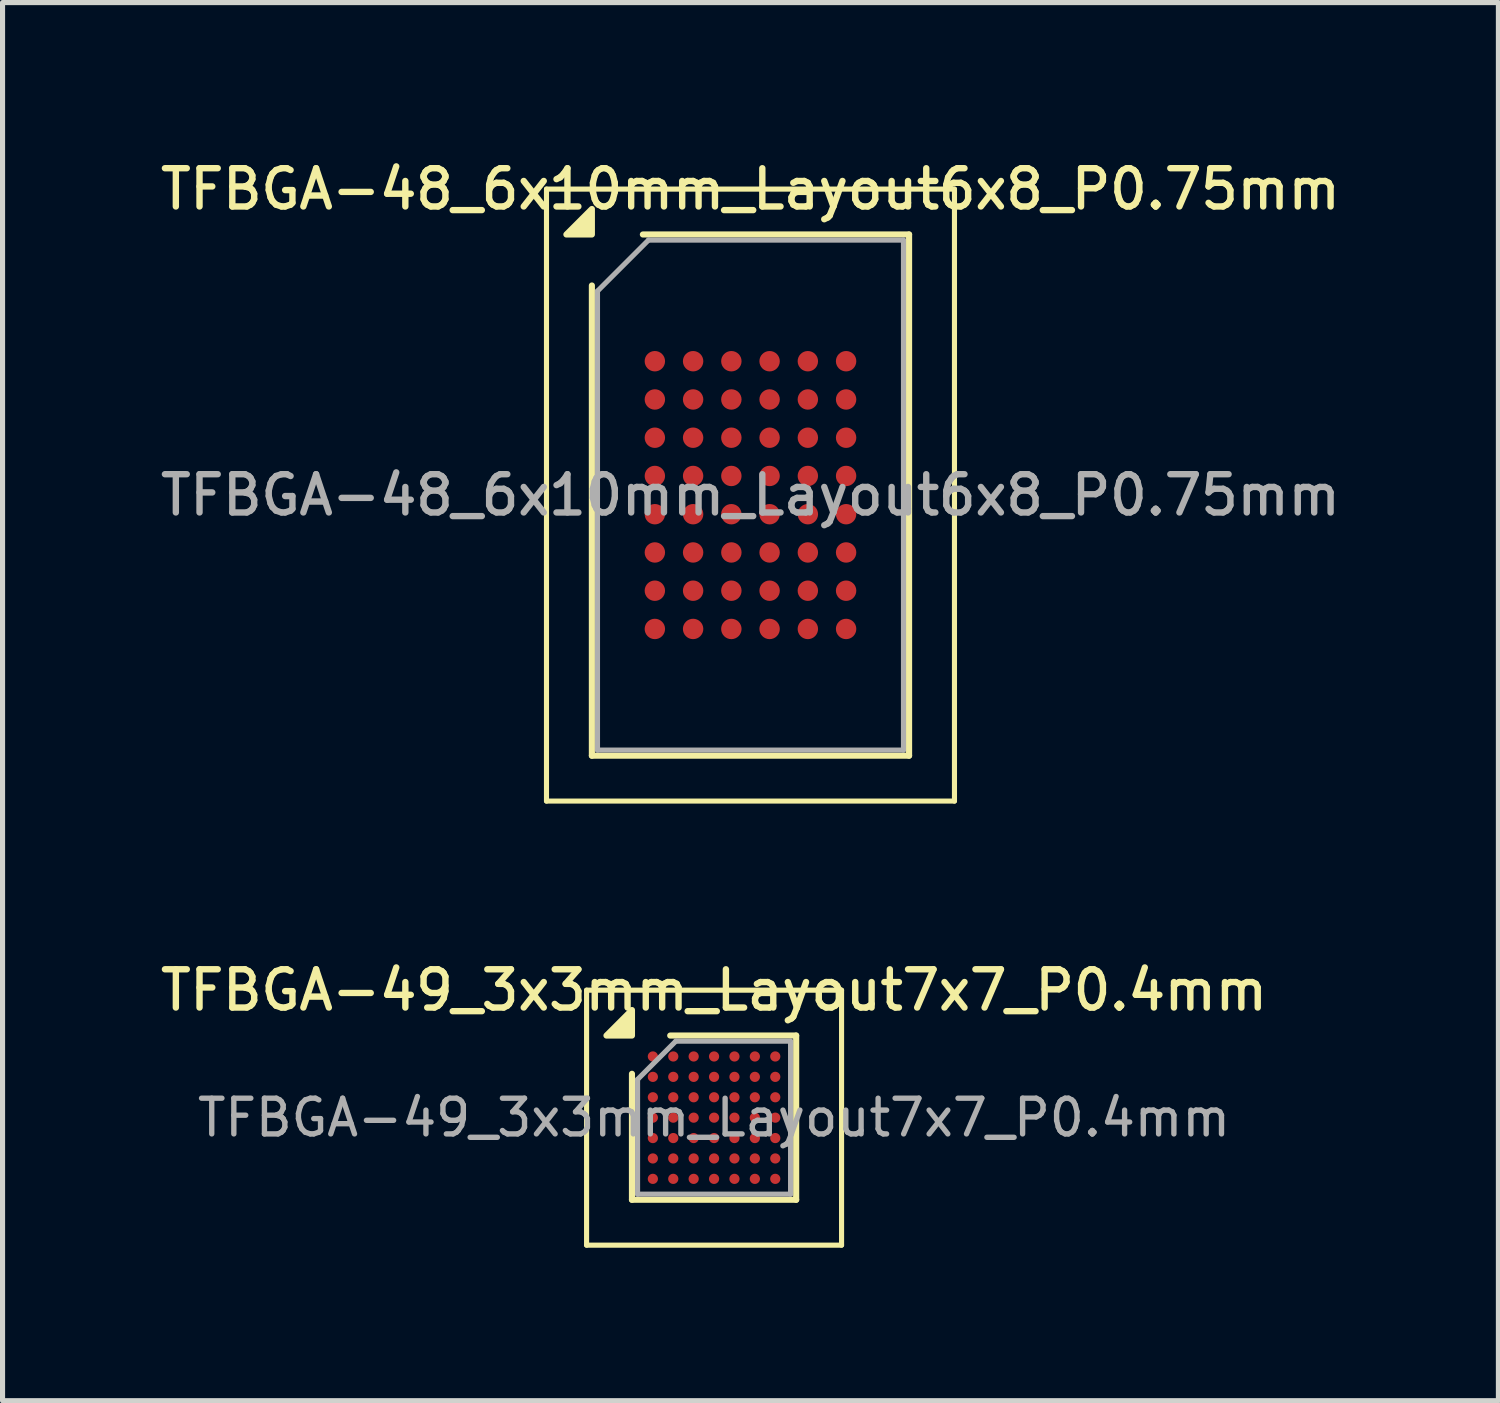
<source format=kicad_pcb>
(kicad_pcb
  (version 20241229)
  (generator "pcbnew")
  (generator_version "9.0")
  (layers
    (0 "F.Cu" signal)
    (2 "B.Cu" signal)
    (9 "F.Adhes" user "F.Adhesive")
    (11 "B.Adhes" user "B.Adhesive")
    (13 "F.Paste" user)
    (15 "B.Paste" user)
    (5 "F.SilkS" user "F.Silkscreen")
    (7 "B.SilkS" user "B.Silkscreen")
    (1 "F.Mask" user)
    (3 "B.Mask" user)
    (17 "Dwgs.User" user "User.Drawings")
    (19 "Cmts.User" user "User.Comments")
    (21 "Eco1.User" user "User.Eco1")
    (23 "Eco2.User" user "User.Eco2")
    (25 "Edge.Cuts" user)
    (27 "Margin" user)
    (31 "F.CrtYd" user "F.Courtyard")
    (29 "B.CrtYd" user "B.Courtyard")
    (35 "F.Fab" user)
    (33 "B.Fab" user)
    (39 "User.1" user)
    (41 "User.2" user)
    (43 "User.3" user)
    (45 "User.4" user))
  (footprint "TFBGA-49_3x3mm_Layout7x7_P0.4mm"
    (layer "F.Cu")
    (at 10.952 18.866)
    (property "Reference" "TFBGA-49_3x3mm_Layout7x7_P0.4mm" (at 0 -2.5 0) (layer "F.SilkS") (effects (font (size 0.75 0.75) (thickness 0.125))))
    (attr smd)
    (fp_line (start -2.5 -2.5) (end -2.5 2.5) (stroke (width 0.1) (type solid)) (layer "F.SilkS"))
    (fp_line (start -2.5 2.5) (end 2.5 2.5) (stroke (width 0.1) (type solid)) (layer "F.SilkS"))
    (fp_line (start -1.61 1.61) (end -1.61 -0.86) (stroke (width 0.12) (type solid)) (layer "F.SilkS"))
    (fp_line (start -0.86 -1.61) (end 1.61 -1.61) (stroke (width 0.12) (type solid)) (layer "F.SilkS"))
    (fp_line (start 1.61 -1.61) (end 1.61 1.61) (stroke (width 0.12) (type solid)) (layer "F.SilkS"))
    (fp_line (start 1.61 1.61) (end -1.61 1.61) (stroke (width 0.12) (type solid)) (layer "F.SilkS"))
    (fp_line (start 2.5 -2.5) (end -2.5 -2.5) (stroke (width 0.1) (type solid)) (layer "F.SilkS"))
    (fp_line (start 2.5 2.5) (end 2.5 -2.5) (stroke (width 0.1) (type solid)) (layer "F.SilkS"))
    (fp_poly (pts (xy -1.61 -1.61) (xy -2.11 -1.61) (xy -1.61 -2.11) (xy -1.61 -1.61)) (stroke (width 0.12) (type solid)) (fill yes) (layer "F.SilkS"))
    (fp_line (start -1.5 -0.75) (end -0.75 -1.5) (stroke (width 0.1) (type solid)) (layer "F.Fab"))
    (fp_line (start -1.5 1.5) (end -1.5 -0.75) (stroke (width 0.1) (type solid)) (layer "F.Fab"))
    (fp_line (start -0.75 -1.5) (end 1.5 -1.5) (stroke (width 0.1) (type solid)) (layer "F.Fab"))
    (fp_line (start 1.5 -1.5) (end 1.5 1.5) (stroke (width 0.1) (type solid)) (layer "F.Fab"))
    (fp_line (start 1.5 1.5) (end -1.5 1.5) (stroke (width 0.1) (type solid)) (layer "F.Fab"))
    (fp_text user "${REFERENCE}" (at 0 0 0) (layer "F.Fab") (effects (font (size 0.7 0.7) (thickness 0.105))))
    (pad "A1" smd circle (at -1.2 -1.2) (size 0.2 0.2) (property pad_prop_bga) (layers "F.Cu" "F.Mask" "F.Paste"))
    (pad "A2" smd circle (at -0.8 -1.2) (size 0.2 0.2) (property pad_prop_bga) (layers "F.Cu" "F.Mask" "F.Paste"))
    (pad "A3" smd circle (at -0.4 -1.2) (size 0.2 0.2) (property pad_prop_bga) (layers "F.Cu" "F.Mask" "F.Paste"))
    (pad "A4" smd circle (at 0 -1.2) (size 0.2 0.2) (property pad_prop_bga) (layers "F.Cu" "F.Mask" "F.Paste"))
    (pad "A5" smd circle (at 0.4 -1.2) (size 0.2 0.2) (property pad_prop_bga) (layers "F.Cu" "F.Mask" "F.Paste"))
    (pad "A6" smd circle (at 0.8 -1.2) (size 0.2 0.2) (property pad_prop_bga) (layers "F.Cu" "F.Mask" "F.Paste"))
    (pad "A7" smd circle (at 1.2 -1.2) (size 0.2 0.2) (property pad_prop_bga) (layers "F.Cu" "F.Mask" "F.Paste"))
    (pad "B1" smd circle (at -1.2 -0.8) (size 0.2 0.2) (property pad_prop_bga) (layers "F.Cu" "F.Mask" "F.Paste"))
    (pad "B2" smd circle (at -0.8 -0.8) (size 0.2 0.2) (property pad_prop_bga) (layers "F.Cu" "F.Mask" "F.Paste"))
    (pad "B3" smd circle (at -0.4 -0.8) (size 0.2 0.2) (property pad_prop_bga) (layers "F.Cu" "F.Mask" "F.Paste"))
    (pad "B4" smd circle (at 0 -0.8) (size 0.2 0.2) (property pad_prop_bga) (layers "F.Cu" "F.Mask" "F.Paste"))
    (pad "B5" smd circle (at 0.4 -0.8) (size 0.2 0.2) (property pad_prop_bga) (layers "F.Cu" "F.Mask" "F.Paste"))
    (pad "B6" smd circle (at 0.8 -0.8) (size 0.2 0.2) (property pad_prop_bga) (layers "F.Cu" "F.Mask" "F.Paste"))
    (pad "B7" smd circle (at 1.2 -0.8) (size 0.2 0.2) (property pad_prop_bga) (layers "F.Cu" "F.Mask" "F.Paste"))
    (pad "C1" smd circle (at -1.2 -0.4) (size 0.2 0.2) (property pad_prop_bga) (layers "F.Cu" "F.Mask" "F.Paste"))
    (pad "C2" smd circle (at -0.8 -0.4) (size 0.2 0.2) (property pad_prop_bga) (layers "F.Cu" "F.Mask" "F.Paste"))
    (pad "C3" smd circle (at -0.4 -0.4) (size 0.2 0.2) (property pad_prop_bga) (layers "F.Cu" "F.Mask" "F.Paste"))
    (pad "C4" smd circle (at 0 -0.4) (size 0.2 0.2) (property pad_prop_bga) (layers "F.Cu" "F.Mask" "F.Paste"))
    (pad "C5" smd circle (at 0.4 -0.4) (size 0.2 0.2) (property pad_prop_bga) (layers "F.Cu" "F.Mask" "F.Paste"))
    (pad "C6" smd circle (at 0.8 -0.4) (size 0.2 0.2) (property pad_prop_bga) (layers "F.Cu" "F.Mask" "F.Paste"))
    (pad "C7" smd circle (at 1.2 -0.4) (size 0.2 0.2) (property pad_prop_bga) (layers "F.Cu" "F.Mask" "F.Paste"))
    (pad "D1" smd circle (at -1.2 0) (size 0.2 0.2) (property pad_prop_bga) (layers "F.Cu" "F.Mask" "F.Paste"))
    (pad "D2" smd circle (at -0.8 0) (size 0.2 0.2) (property pad_prop_bga) (layers "F.Cu" "F.Mask" "F.Paste"))
    (pad "D3" smd circle (at -0.4 0) (size 0.2 0.2) (property pad_prop_bga) (layers "F.Cu" "F.Mask" "F.Paste"))
    (pad "D4" smd circle (at 0 0) (size 0.2 0.2) (property pad_prop_bga) (layers "F.Cu" "F.Mask" "F.Paste"))
    (pad "D5" smd circle (at 0.4 0) (size 0.2 0.2) (property pad_prop_bga) (layers "F.Cu" "F.Mask" "F.Paste"))
    (pad "D6" smd circle (at 0.8 0) (size 0.2 0.2) (property pad_prop_bga) (layers "F.Cu" "F.Mask" "F.Paste"))
    (pad "D7" smd circle (at 1.2 0) (size 0.2 0.2) (property pad_prop_bga) (layers "F.Cu" "F.Mask" "F.Paste"))
    (pad "E1" smd circle (at -1.2 0.4) (size 0.2 0.2) (property pad_prop_bga) (layers "F.Cu" "F.Mask" "F.Paste"))
    (pad "E2" smd circle (at -0.8 0.4) (size 0.2 0.2) (property pad_prop_bga) (layers "F.Cu" "F.Mask" "F.Paste"))
    (pad "E3" smd circle (at -0.4 0.4) (size 0.2 0.2) (property pad_prop_bga) (layers "F.Cu" "F.Mask" "F.Paste"))
    (pad "E4" smd circle (at 0 0.4) (size 0.2 0.2) (property pad_prop_bga) (layers "F.Cu" "F.Mask" "F.Paste"))
    (pad "E5" smd circle (at 0.4 0.4) (size 0.2 0.2) (property pad_prop_bga) (layers "F.Cu" "F.Mask" "F.Paste"))
    (pad "E6" smd circle (at 0.8 0.4) (size 0.2 0.2) (property pad_prop_bga) (layers "F.Cu" "F.Mask" "F.Paste"))
    (pad "E7" smd circle (at 1.2 0.4) (size 0.2 0.2) (property pad_prop_bga) (layers "F.Cu" "F.Mask" "F.Paste"))
    (pad "F1" smd circle (at -1.2 0.8) (size 0.2 0.2) (property pad_prop_bga) (layers "F.Cu" "F.Mask" "F.Paste"))
    (pad "F2" smd circle (at -0.8 0.8) (size 0.2 0.2) (property pad_prop_bga) (layers "F.Cu" "F.Mask" "F.Paste"))
    (pad "F3" smd circle (at -0.4 0.8) (size 0.2 0.2) (property pad_prop_bga) (layers "F.Cu" "F.Mask" "F.Paste"))
    (pad "F4" smd circle (at 0 0.8) (size 0.2 0.2) (property pad_prop_bga) (layers "F.Cu" "F.Mask" "F.Paste"))
    (pad "F5" smd circle (at 0.4 0.8) (size 0.2 0.2) (property pad_prop_bga) (layers "F.Cu" "F.Mask" "F.Paste"))
    (pad "F6" smd circle (at 0.8 0.8) (size 0.2 0.2) (property pad_prop_bga) (layers "F.Cu" "F.Mask" "F.Paste"))
    (pad "F7" smd circle (at 1.2 0.8) (size 0.2 0.2) (property pad_prop_bga) (layers "F.Cu" "F.Mask" "F.Paste"))
    (pad "G1" smd circle (at -1.2 1.2) (size 0.2 0.2) (property pad_prop_bga) (layers "F.Cu" "F.Mask" "F.Paste"))
    (pad "G2" smd circle (at -0.8 1.2) (size 0.2 0.2) (property pad_prop_bga) (layers "F.Cu" "F.Mask" "F.Paste"))
    (pad "G3" smd circle (at -0.4 1.2) (size 0.2 0.2) (property pad_prop_bga) (layers "F.Cu" "F.Mask" "F.Paste"))
    (pad "G4" smd circle (at 0 1.2) (size 0.2 0.2) (property pad_prop_bga) (layers "F.Cu" "F.Mask" "F.Paste"))
    (pad "G5" smd circle (at 0.4 1.2) (size 0.2 0.2) (property pad_prop_bga) (layers "F.Cu" "F.Mask" "F.Paste"))
    (pad "G6" smd circle (at 0.8 1.2) (size 0.2 0.2) (property pad_prop_bga) (layers "F.Cu" "F.Mask" "F.Paste"))
    (pad "G7" smd circle (at 1.2 1.2) (size 0.2 0.2) (property pad_prop_bga) (layers "F.Cu" "F.Mask" "F.Paste")))
  (footprint "TFBGA-48_6x10mm_Layout6x8_P0.75mm"
    (layer "F.Cu")
    (at 11.666 6.658)
    (property "Reference" "TFBGA-48_6x10mm_Layout6x8_P0.75mm" (at 0 -6 0) (layer "F.SilkS") (effects (font (size 0.75 0.75) (thickness 0.125))))
    (attr smd)
    (fp_line (start -4 -6) (end -4 6) (stroke (width 0.1) (type solid)) (layer "F.SilkS"))
    (fp_line (start -4 6) (end 4 6) (stroke (width 0.1) (type solid)) (layer "F.SilkS"))
    (fp_line (start -3.11 5.11) (end -3.11 -4.11) (stroke (width 0.12) (type solid)) (layer "F.SilkS"))
    (fp_line (start -2.11 -5.11) (end 3.11 -5.11) (stroke (width 0.12) (type solid)) (layer "F.SilkS"))
    (fp_line (start 3.11 -5.11) (end 3.11 5.11) (stroke (width 0.12) (type solid)) (layer "F.SilkS"))
    (fp_line (start 3.11 5.11) (end -3.11 5.11) (stroke (width 0.12) (type solid)) (layer "F.SilkS"))
    (fp_line (start 4 -6) (end -4 -6) (stroke (width 0.1) (type solid)) (layer "F.SilkS"))
    (fp_line (start 4 6) (end 4 -6) (stroke (width 0.1) (type solid)) (layer "F.SilkS"))
    (fp_poly (pts (xy -3.11 -5.11) (xy -3.61 -5.11) (xy -3.11 -5.61) (xy -3.11 -5.11)) (stroke (width 0.12) (type solid)) (fill yes) (layer "F.SilkS"))
    (fp_line (start -3 -4) (end -2 -5) (stroke (width 0.1) (type solid)) (layer "F.Fab"))
    (fp_line (start -3 5) (end -3 -4) (stroke (width 0.1) (type solid)) (layer "F.Fab"))
    (fp_line (start -2 -5) (end 3 -5) (stroke (width 0.1) (type solid)) (layer "F.Fab"))
    (fp_line (start 3 -5) (end 3 5) (stroke (width 0.1) (type solid)) (layer "F.Fab"))
    (fp_line (start 3 5) (end -3 5) (stroke (width 0.1) (type solid)) (layer "F.Fab"))
    (fp_text user "${REFERENCE}" (at 0 0 0) (layer "F.Fab") (effects (font (size 0.75 0.75) (thickness 0.125))))
    (pad "A1" smd circle (at -1.875 -2.625) (size 0.4 0.4) (property pad_prop_bga) (layers "F.Cu" "F.Mask" "F.Paste"))
    (pad "A2" smd circle (at -1.125 -2.625) (size 0.4 0.4) (property pad_prop_bga) (layers "F.Cu" "F.Mask" "F.Paste"))
    (pad "A3" smd circle (at -0.375 -2.625) (size 0.4 0.4) (property pad_prop_bga) (layers "F.Cu" "F.Mask" "F.Paste"))
    (pad "A4" smd circle (at 0.375 -2.625) (size 0.4 0.4) (property pad_prop_bga) (layers "F.Cu" "F.Mask" "F.Paste"))
    (pad "A5" smd circle (at 1.125 -2.625) (size 0.4 0.4) (property pad_prop_bga) (layers "F.Cu" "F.Mask" "F.Paste"))
    (pad "A6" smd circle (at 1.875 -2.625) (size 0.4 0.4) (property pad_prop_bga) (layers "F.Cu" "F.Mask" "F.Paste"))
    (pad "B1" smd circle (at -1.875 -1.875) (size 0.4 0.4) (property pad_prop_bga) (layers "F.Cu" "F.Mask" "F.Paste"))
    (pad "B2" smd circle (at -1.125 -1.875) (size 0.4 0.4) (property pad_prop_bga) (layers "F.Cu" "F.Mask" "F.Paste"))
    (pad "B3" smd circle (at -0.375 -1.875) (size 0.4 0.4) (property pad_prop_bga) (layers "F.Cu" "F.Mask" "F.Paste"))
    (pad "B4" smd circle (at 0.375 -1.875) (size 0.4 0.4) (property pad_prop_bga) (layers "F.Cu" "F.Mask" "F.Paste"))
    (pad "B5" smd circle (at 1.125 -1.875) (size 0.4 0.4) (property pad_prop_bga) (layers "F.Cu" "F.Mask" "F.Paste"))
    (pad "B6" smd circle (at 1.875 -1.875) (size 0.4 0.4) (property pad_prop_bga) (layers "F.Cu" "F.Mask" "F.Paste"))
    (pad "C1" smd circle (at -1.875 -1.125) (size 0.4 0.4) (property pad_prop_bga) (layers "F.Cu" "F.Mask" "F.Paste"))
    (pad "C2" smd circle (at -1.125 -1.125) (size 0.4 0.4) (property pad_prop_bga) (layers "F.Cu" "F.Mask" "F.Paste"))
    (pad "C3" smd circle (at -0.375 -1.125) (size 0.4 0.4) (property pad_prop_bga) (layers "F.Cu" "F.Mask" "F.Paste"))
    (pad "C4" smd circle (at 0.375 -1.125) (size 0.4 0.4) (property pad_prop_bga) (layers "F.Cu" "F.Mask" "F.Paste"))
    (pad "C5" smd circle (at 1.125 -1.125) (size 0.4 0.4) (property pad_prop_bga) (layers "F.Cu" "F.Mask" "F.Paste"))
    (pad "C6" smd circle (at 1.875 -1.125) (size 0.4 0.4) (property pad_prop_bga) (layers "F.Cu" "F.Mask" "F.Paste"))
    (pad "D1" smd circle (at -1.875 -0.375) (size 0.4 0.4) (property pad_prop_bga) (layers "F.Cu" "F.Mask" "F.Paste"))
    (pad "D2" smd circle (at -1.125 -0.375) (size 0.4 0.4) (property pad_prop_bga) (layers "F.Cu" "F.Mask" "F.Paste"))
    (pad "D3" smd circle (at -0.375 -0.375) (size 0.4 0.4) (property pad_prop_bga) (layers "F.Cu" "F.Mask" "F.Paste"))
    (pad "D4" smd circle (at 0.375 -0.375) (size 0.4 0.4) (property pad_prop_bga) (layers "F.Cu" "F.Mask" "F.Paste"))
    (pad "D5" smd circle (at 1.125 -0.375) (size 0.4 0.4) (property pad_prop_bga) (layers "F.Cu" "F.Mask" "F.Paste"))
    (pad "D6" smd circle (at 1.875 -0.375) (size 0.4 0.4) (property pad_prop_bga) (layers "F.Cu" "F.Mask" "F.Paste"))
    (pad "E1" smd circle (at -1.875 0.375) (size 0.4 0.4) (property pad_prop_bga) (layers "F.Cu" "F.Mask" "F.Paste"))
    (pad "E2" smd circle (at -1.125 0.375) (size 0.4 0.4) (property pad_prop_bga) (layers "F.Cu" "F.Mask" "F.Paste"))
    (pad "E3" smd circle (at -0.375 0.375) (size 0.4 0.4) (property pad_prop_bga) (layers "F.Cu" "F.Mask" "F.Paste"))
    (pad "E4" smd circle (at 0.375 0.375) (size 0.4 0.4) (property pad_prop_bga) (layers "F.Cu" "F.Mask" "F.Paste"))
    (pad "E5" smd circle (at 1.125 0.375) (size 0.4 0.4) (property pad_prop_bga) (layers "F.Cu" "F.Mask" "F.Paste"))
    (pad "E6" smd circle (at 1.875 0.375) (size 0.4 0.4) (property pad_prop_bga) (layers "F.Cu" "F.Mask" "F.Paste"))
    (pad "F1" smd circle (at -1.875 1.125) (size 0.4 0.4) (property pad_prop_bga) (layers "F.Cu" "F.Mask" "F.Paste"))
    (pad "F2" smd circle (at -1.125 1.125) (size 0.4 0.4) (property pad_prop_bga) (layers "F.Cu" "F.Mask" "F.Paste"))
    (pad "F3" smd circle (at -0.375 1.125) (size 0.4 0.4) (property pad_prop_bga) (layers "F.Cu" "F.Mask" "F.Paste"))
    (pad "F4" smd circle (at 0.375 1.125) (size 0.4 0.4) (property pad_prop_bga) (layers "F.Cu" "F.Mask" "F.Paste"))
    (pad "F5" smd circle (at 1.125 1.125) (size 0.4 0.4) (property pad_prop_bga) (layers "F.Cu" "F.Mask" "F.Paste"))
    (pad "F6" smd circle (at 1.875 1.125) (size 0.4 0.4) (property pad_prop_bga) (layers "F.Cu" "F.Mask" "F.Paste"))
    (pad "G1" smd circle (at -1.875 1.875) (size 0.4 0.4) (property pad_prop_bga) (layers "F.Cu" "F.Mask" "F.Paste"))
    (pad "G2" smd circle (at -1.125 1.875) (size 0.4 0.4) (property pad_prop_bga) (layers "F.Cu" "F.Mask" "F.Paste"))
    (pad "G3" smd circle (at -0.375 1.875) (size 0.4 0.4) (property pad_prop_bga) (layers "F.Cu" "F.Mask" "F.Paste"))
    (pad "G4" smd circle (at 0.375 1.875) (size 0.4 0.4) (property pad_prop_bga) (layers "F.Cu" "F.Mask" "F.Paste"))
    (pad "G5" smd circle (at 1.125 1.875) (size 0.4 0.4) (property pad_prop_bga) (layers "F.Cu" "F.Mask" "F.Paste"))
    (pad "G6" smd circle (at 1.875 1.875) (size 0.4 0.4) (property pad_prop_bga) (layers "F.Cu" "F.Mask" "F.Paste"))
    (pad "H1" smd circle (at -1.875 2.625) (size 0.4 0.4) (property pad_prop_bga) (layers "F.Cu" "F.Mask" "F.Paste"))
    (pad "H2" smd circle (at -1.125 2.625) (size 0.4 0.4) (property pad_prop_bga) (layers "F.Cu" "F.Mask" "F.Paste"))
    (pad "H3" smd circle (at -0.375 2.625) (size 0.4 0.4) (property pad_prop_bga) (layers "F.Cu" "F.Mask" "F.Paste"))
    (pad "H4" smd circle (at 0.375 2.625) (size 0.4 0.4) (property pad_prop_bga) (layers "F.Cu" "F.Mask" "F.Paste"))
    (pad "H5" smd circle (at 1.125 2.625) (size 0.4 0.4) (property pad_prop_bga) (layers "F.Cu" "F.Mask" "F.Paste"))
    (pad "H6" smd circle (at 1.875 2.625) (size 0.4 0.4) (property pad_prop_bga) (layers "F.Cu" "F.Mask" "F.Paste")))
  (gr_rect
    (start -3 -3)
    (end 26.332 24.416)
    (stroke (width 0.1) (type default))
    (fill no)
    (layer "Edge.Cuts")))
</source>
